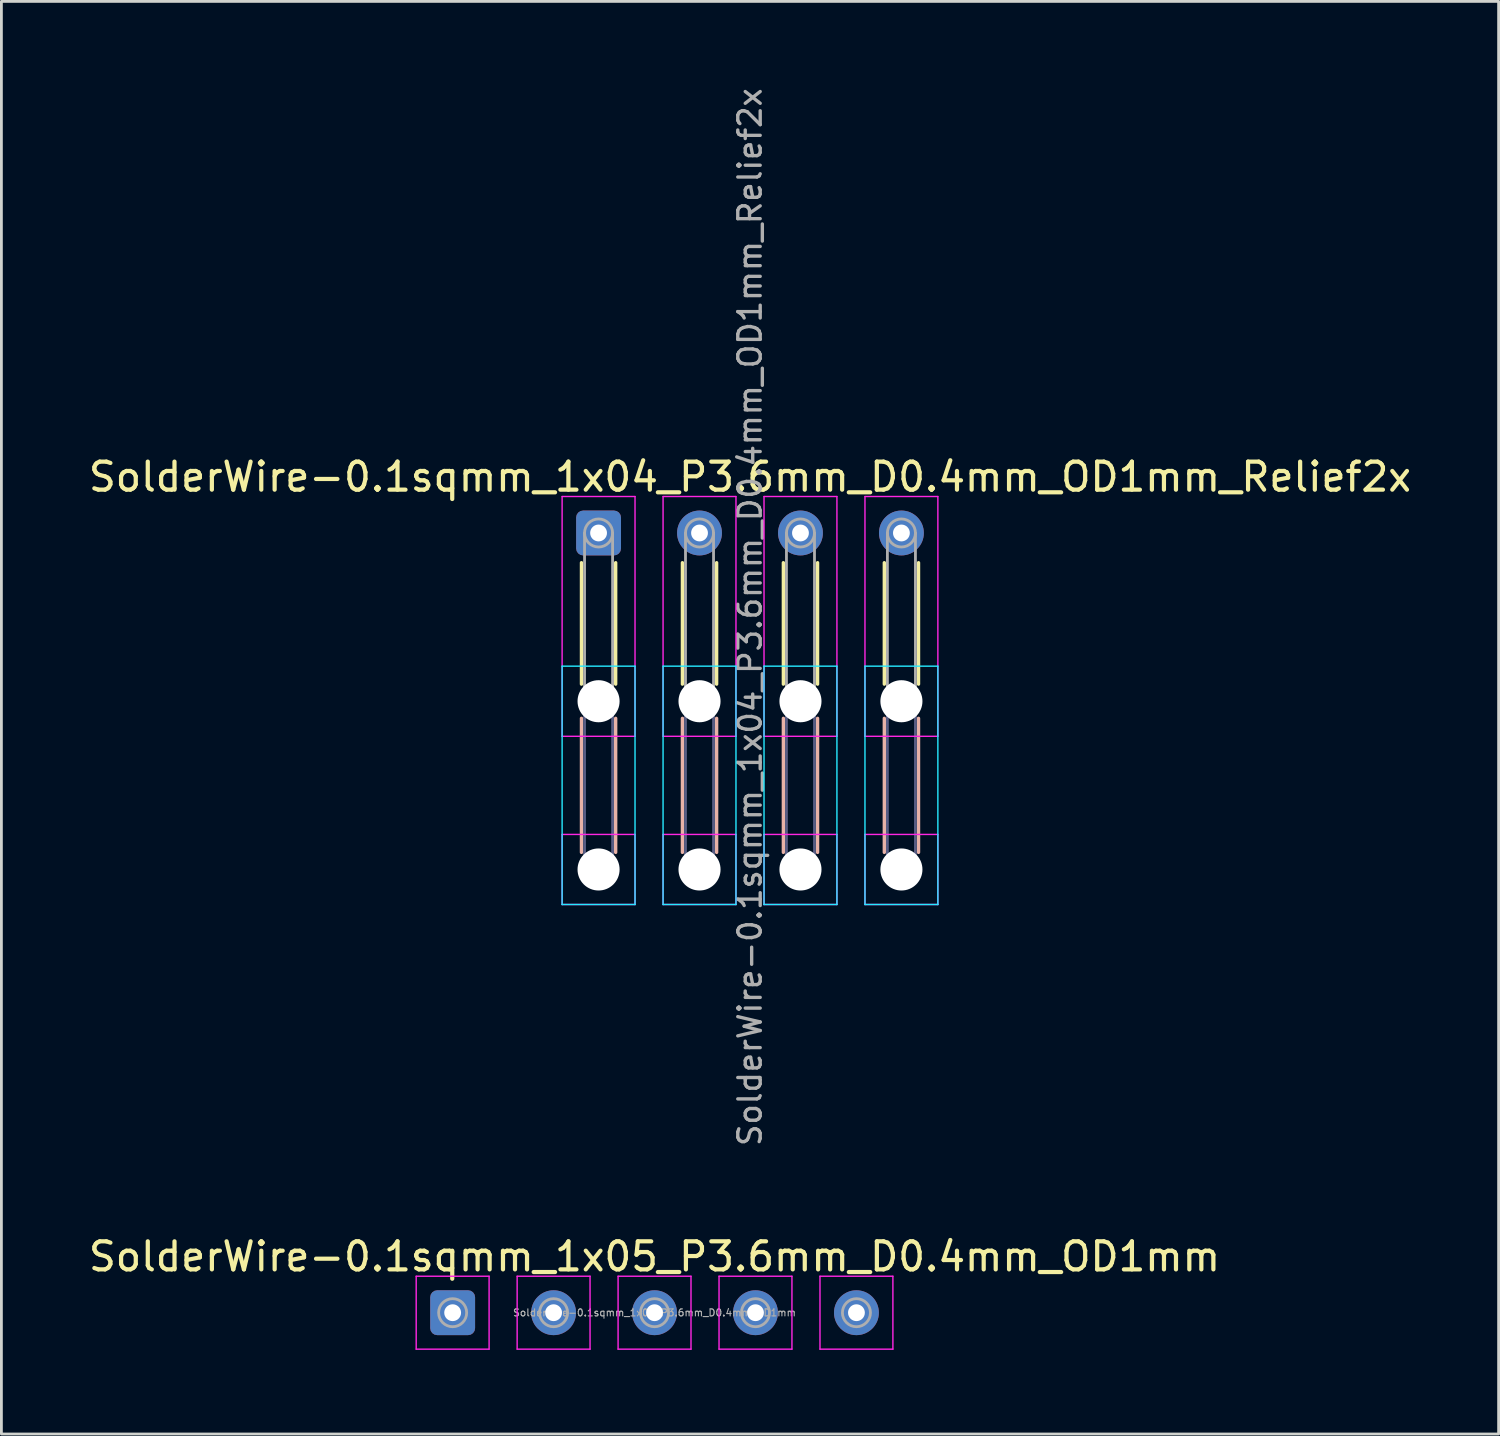
<source format=kicad_pcb>
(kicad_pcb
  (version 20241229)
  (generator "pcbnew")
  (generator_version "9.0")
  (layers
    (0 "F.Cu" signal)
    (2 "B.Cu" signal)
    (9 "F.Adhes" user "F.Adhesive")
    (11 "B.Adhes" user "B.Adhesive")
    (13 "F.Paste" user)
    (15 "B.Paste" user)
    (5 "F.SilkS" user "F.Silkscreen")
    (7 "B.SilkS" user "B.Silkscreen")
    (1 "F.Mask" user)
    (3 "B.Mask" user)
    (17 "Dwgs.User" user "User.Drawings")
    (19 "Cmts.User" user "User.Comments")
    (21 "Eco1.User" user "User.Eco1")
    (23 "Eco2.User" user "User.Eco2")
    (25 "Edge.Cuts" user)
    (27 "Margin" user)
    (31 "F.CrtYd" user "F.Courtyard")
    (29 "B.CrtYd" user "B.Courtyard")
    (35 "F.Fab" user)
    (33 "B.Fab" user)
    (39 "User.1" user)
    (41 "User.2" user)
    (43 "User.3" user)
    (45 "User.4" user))
  (footprint "SolderWire-0.1sqmm_1x05_P3.6mm_D0.4mm_OD1mm"
    (layer "F.Cu")
    (at 13.092 43.763)
    (property "Reference" "SolderWire-0.1sqmm_1x05_P3.6mm_D0.4mm_OD1mm" (at 7.2 -2 0) (layer "F.SilkS") (effects (font (size 1 1) (thickness 0.15))))
    (attr exclude_from_pos_files exclude_from_bom)
    (fp_line (start -1.3 -1.3) (end -1.3 1.3) (stroke (width 0.05) (type solid)) (layer "F.CrtYd"))
    (fp_line (start -1.3 1.3) (end 1.3 1.3) (stroke (width 0.05) (type solid)) (layer "F.CrtYd"))
    (fp_line (start 1.3 -1.3) (end -1.3 -1.3) (stroke (width 0.05) (type solid)) (layer "F.CrtYd"))
    (fp_line (start 1.3 1.3) (end 1.3 -1.3) (stroke (width 0.05) (type solid)) (layer "F.CrtYd"))
    (fp_line (start 2.3 -1.3) (end 2.3 1.3) (stroke (width 0.05) (type solid)) (layer "F.CrtYd"))
    (fp_line (start 2.3 1.3) (end 4.9 1.3) (stroke (width 0.05) (type solid)) (layer "F.CrtYd"))
    (fp_line (start 4.9 -1.3) (end 2.3 -1.3) (stroke (width 0.05) (type solid)) (layer "F.CrtYd"))
    (fp_line (start 4.9 1.3) (end 4.9 -1.3) (stroke (width 0.05) (type solid)) (layer "F.CrtYd"))
    (fp_line (start 5.9 -1.3) (end 5.9 1.3) (stroke (width 0.05) (type solid)) (layer "F.CrtYd"))
    (fp_line (start 5.9 1.3) (end 8.5 1.3) (stroke (width 0.05) (type solid)) (layer "F.CrtYd"))
    (fp_line (start 8.5 -1.3) (end 5.9 -1.3) (stroke (width 0.05) (type solid)) (layer "F.CrtYd"))
    (fp_line (start 8.5 1.3) (end 8.5 -1.3) (stroke (width 0.05) (type solid)) (layer "F.CrtYd"))
    (fp_line (start 9.5 -1.3) (end 9.5 1.3) (stroke (width 0.05) (type solid)) (layer "F.CrtYd"))
    (fp_line (start 9.5 1.3) (end 12.1 1.3) (stroke (width 0.05) (type solid)) (layer "F.CrtYd"))
    (fp_line (start 12.1 -1.3) (end 9.5 -1.3) (stroke (width 0.05) (type solid)) (layer "F.CrtYd"))
    (fp_line (start 12.1 1.3) (end 12.1 -1.3) (stroke (width 0.05) (type solid)) (layer "F.CrtYd"))
    (fp_line (start 13.1 -1.3) (end 13.1 1.3) (stroke (width 0.05) (type solid)) (layer "F.CrtYd"))
    (fp_line (start 13.1 1.3) (end 15.7 1.3) (stroke (width 0.05) (type solid)) (layer "F.CrtYd"))
    (fp_line (start 15.7 -1.3) (end 13.1 -1.3) (stroke (width 0.05) (type solid)) (layer "F.CrtYd"))
    (fp_line (start 15.7 1.3) (end 15.7 -1.3) (stroke (width 0.05) (type solid)) (layer "F.CrtYd"))
    (fp_circle (center 0 0) (end 0.5 0) (stroke (width 0.1) (type solid)) (fill no) (layer "F.Fab"))
    (fp_circle (center 3.6 0) (end 4.1 0) (stroke (width 0.1) (type solid)) (fill no) (layer "F.Fab"))
    (fp_circle (center 7.2 0) (end 7.7 0) (stroke (width 0.1) (type solid)) (fill no) (layer "F.Fab"))
    (fp_circle (center 10.8 0) (end 11.3 0) (stroke (width 0.1) (type solid)) (fill no) (layer "F.Fab"))
    (fp_circle (center 14.4 0) (end 14.9 0) (stroke (width 0.1) (type solid)) (fill no) (layer "F.Fab"))
    (fp_text user "${REFERENCE}" (at 7.2 0 0) (layer "F.Fab") (effects (font (size 0.25 0.25) (thickness 0.04))))
    (pad "1" thru_hole roundrect (at 0 0) (size 1.6 1.6) (drill 0.6) (layers "*.Cu" "*.Mask") (roundrect_rratio 0.156))
    (pad "2" thru_hole circle (at 3.6 0) (size 1.6 1.6) (drill 0.6) (layers "*.Cu" "*.Mask"))
    (pad "3" thru_hole circle (at 7.2 0) (size 1.6 1.6) (drill 0.6) (layers "*.Cu" "*.Mask"))
    (pad "4" thru_hole circle (at 10.8 0) (size 1.6 1.6) (drill 0.6) (layers "*.Cu" "*.Mask"))
    (pad "5" thru_hole circle (at 14.4 0) (size 1.6 1.6) (drill 0.6) (layers "*.Cu" "*.Mask")))
  (footprint "SolderWire-0.1sqmm_1x04_P3.6mm_D0.4mm_OD1mm_Relief2x"
    (layer "F.Cu")
    (at 18.296 15.957)
    (property "Reference" "SolderWire-0.1sqmm_1x04_P3.6mm_D0.4mm_OD1mm_Relief2x" (at 5.4 -2 0) (layer "F.SilkS") (effects (font (size 1 1) (thickness 0.15))))
    (attr exclude_from_pos_files exclude_from_bom)
    (fp_line (start -0.61 1.06) (end -0.61 5.39) (stroke (width 0.12) (type solid)) (layer "F.SilkS"))
    (fp_line (start 0.61 1.06) (end 0.61 5.39) (stroke (width 0.12) (type solid)) (layer "F.SilkS"))
    (fp_line (start 2.99 1.06) (end 2.99 5.39) (stroke (width 0.12) (type solid)) (layer "F.SilkS"))
    (fp_line (start 4.21 1.06) (end 4.21 5.39) (stroke (width 0.12) (type solid)) (layer "F.SilkS"))
    (fp_line (start 6.59 1.06) (end 6.59 5.39) (stroke (width 0.12) (type solid)) (layer "F.SilkS"))
    (fp_line (start 7.81 1.06) (end 7.81 5.39) (stroke (width 0.12) (type solid)) (layer "F.SilkS"))
    (fp_line (start 10.19 1.06) (end 10.19 5.39) (stroke (width 0.12) (type solid)) (layer "F.SilkS"))
    (fp_line (start 11.41 1.06) (end 11.41 5.39) (stroke (width 0.12) (type solid)) (layer "F.SilkS"))
    (fp_line (start -0.61 6.61) (end -0.61 11.39) (stroke (width 0.12) (type solid)) (layer "B.SilkS"))
    (fp_line (start 0.61 6.61) (end 0.61 11.39) (stroke (width 0.12) (type solid)) (layer "B.SilkS"))
    (fp_line (start 2.99 6.61) (end 2.99 11.39) (stroke (width 0.12) (type solid)) (layer "B.SilkS"))
    (fp_line (start 4.21 6.61) (end 4.21 11.39) (stroke (width 0.12) (type solid)) (layer "B.SilkS"))
    (fp_line (start 6.59 6.61) (end 6.59 11.39) (stroke (width 0.12) (type solid)) (layer "B.SilkS"))
    (fp_line (start 7.81 6.61) (end 7.81 11.39) (stroke (width 0.12) (type solid)) (layer "B.SilkS"))
    (fp_line (start 10.19 6.61) (end 10.19 11.39) (stroke (width 0.12) (type solid)) (layer "B.SilkS"))
    (fp_line (start 11.41 6.61) (end 11.41 11.39) (stroke (width 0.12) (type solid)) (layer "B.SilkS"))
    (fp_line (start -1.3 4.75) (end -1.3 13.25) (stroke (width 0.05) (type solid)) (layer "B.CrtYd"))
    (fp_line (start -1.3 13.25) (end 1.3 13.25) (stroke (width 0.05) (type solid)) (layer "B.CrtYd"))
    (fp_line (start 1.3 4.75) (end -1.3 4.75) (stroke (width 0.05) (type solid)) (layer "B.CrtYd"))
    (fp_line (start 1.3 13.25) (end 1.3 4.75) (stroke (width 0.05) (type solid)) (layer "B.CrtYd"))
    (fp_line (start 2.3 4.75) (end 2.3 13.25) (stroke (width 0.05) (type solid)) (layer "B.CrtYd"))
    (fp_line (start 2.3 13.25) (end 4.9 13.25) (stroke (width 0.05) (type solid)) (layer "B.CrtYd"))
    (fp_line (start 4.9 4.75) (end 2.3 4.75) (stroke (width 0.05) (type solid)) (layer "B.CrtYd"))
    (fp_line (start 4.9 13.25) (end 4.9 4.75) (stroke (width 0.05) (type solid)) (layer "B.CrtYd"))
    (fp_line (start 5.9 4.75) (end 5.9 13.25) (stroke (width 0.05) (type solid)) (layer "B.CrtYd"))
    (fp_line (start 5.9 13.25) (end 8.5 13.25) (stroke (width 0.05) (type solid)) (layer "B.CrtYd"))
    (fp_line (start 8.5 4.75) (end 5.9 4.75) (stroke (width 0.05) (type solid)) (layer "B.CrtYd"))
    (fp_line (start 8.5 13.25) (end 8.5 4.75) (stroke (width 0.05) (type solid)) (layer "B.CrtYd"))
    (fp_line (start 9.5 4.75) (end 9.5 13.25) (stroke (width 0.05) (type solid)) (layer "B.CrtYd"))
    (fp_line (start 9.5 13.25) (end 12.1 13.25) (stroke (width 0.05) (type solid)) (layer "B.CrtYd"))
    (fp_line (start 12.1 4.75) (end 9.5 4.75) (stroke (width 0.05) (type solid)) (layer "B.CrtYd"))
    (fp_line (start 12.1 13.25) (end 12.1 4.75) (stroke (width 0.05) (type solid)) (layer "B.CrtYd"))
    (fp_line (start -1.3 -1.3) (end -1.3 7.25) (stroke (width 0.05) (type solid)) (layer "F.CrtYd"))
    (fp_line (start -1.3 7.25) (end 1.3 7.25) (stroke (width 0.05) (type solid)) (layer "F.CrtYd"))
    (fp_line (start -1.3 10.75) (end -1.3 13.25) (stroke (width 0.05) (type solid)) (layer "F.CrtYd"))
    (fp_line (start -1.3 13.25) (end 1.3 13.25) (stroke (width 0.05) (type solid)) (layer "F.CrtYd"))
    (fp_line (start 1.3 -1.3) (end -1.3 -1.3) (stroke (width 0.05) (type solid)) (layer "F.CrtYd"))
    (fp_line (start 1.3 7.25) (end 1.3 -1.3) (stroke (width 0.05) (type solid)) (layer "F.CrtYd"))
    (fp_line (start 1.3 10.75) (end -1.3 10.75) (stroke (width 0.05) (type solid)) (layer "F.CrtYd"))
    (fp_line (start 1.3 13.25) (end 1.3 10.75) (stroke (width 0.05) (type solid)) (layer "F.CrtYd"))
    (fp_line (start 2.3 -1.3) (end 2.3 7.25) (stroke (width 0.05) (type solid)) (layer "F.CrtYd"))
    (fp_line (start 2.3 7.25) (end 4.9 7.25) (stroke (width 0.05) (type solid)) (layer "F.CrtYd"))
    (fp_line (start 2.3 10.75) (end 2.3 13.25) (stroke (width 0.05) (type solid)) (layer "F.CrtYd"))
    (fp_line (start 2.3 13.25) (end 4.9 13.25) (stroke (width 0.05) (type solid)) (layer "F.CrtYd"))
    (fp_line (start 4.9 -1.3) (end 2.3 -1.3) (stroke (width 0.05) (type solid)) (layer "F.CrtYd"))
    (fp_line (start 4.9 7.25) (end 4.9 -1.3) (stroke (width 0.05) (type solid)) (layer "F.CrtYd"))
    (fp_line (start 4.9 10.75) (end 2.3 10.75) (stroke (width 0.05) (type solid)) (layer "F.CrtYd"))
    (fp_line (start 4.9 13.25) (end 4.9 10.75) (stroke (width 0.05) (type solid)) (layer "F.CrtYd"))
    (fp_line (start 5.9 -1.3) (end 5.9 7.25) (stroke (width 0.05) (type solid)) (layer "F.CrtYd"))
    (fp_line (start 5.9 7.25) (end 8.5 7.25) (stroke (width 0.05) (type solid)) (layer "F.CrtYd"))
    (fp_line (start 5.9 10.75) (end 5.9 13.25) (stroke (width 0.05) (type solid)) (layer "F.CrtYd"))
    (fp_line (start 5.9 13.25) (end 8.5 13.25) (stroke (width 0.05) (type solid)) (layer "F.CrtYd"))
    (fp_line (start 8.5 -1.3) (end 5.9 -1.3) (stroke (width 0.05) (type solid)) (layer "F.CrtYd"))
    (fp_line (start 8.5 7.25) (end 8.5 -1.3) (stroke (width 0.05) (type solid)) (layer "F.CrtYd"))
    (fp_line (start 8.5 10.75) (end 5.9 10.75) (stroke (width 0.05) (type solid)) (layer "F.CrtYd"))
    (fp_line (start 8.5 13.25) (end 8.5 10.75) (stroke (width 0.05) (type solid)) (layer "F.CrtYd"))
    (fp_line (start 9.5 -1.3) (end 9.5 7.25) (stroke (width 0.05) (type solid)) (layer "F.CrtYd"))
    (fp_line (start 9.5 7.25) (end 12.1 7.25) (stroke (width 0.05) (type solid)) (layer "F.CrtYd"))
    (fp_line (start 9.5 10.75) (end 9.5 13.25) (stroke (width 0.05) (type solid)) (layer "F.CrtYd"))
    (fp_line (start 9.5 13.25) (end 12.1 13.25) (stroke (width 0.05) (type solid)) (layer "F.CrtYd"))
    (fp_line (start 12.1 -1.3) (end 9.5 -1.3) (stroke (width 0.05) (type solid)) (layer "F.CrtYd"))
    (fp_line (start 12.1 7.25) (end 12.1 -1.3) (stroke (width 0.05) (type solid)) (layer "F.CrtYd"))
    (fp_line (start 12.1 10.75) (end 9.5 10.75) (stroke (width 0.05) (type solid)) (layer "F.CrtYd"))
    (fp_line (start 12.1 13.25) (end 12.1 10.75) (stroke (width 0.05) (type solid)) (layer "F.CrtYd"))
    (fp_line (start -0.5 6) (end -0.5 12) (stroke (width 0.1) (type solid)) (layer "B.Fab"))
    (fp_line (start 0.5 6) (end 0.5 12) (stroke (width 0.1) (type solid)) (layer "B.Fab"))
    (fp_line (start 3.1 6) (end 3.1 12) (stroke (width 0.1) (type solid)) (layer "B.Fab"))
    (fp_line (start 4.1 6) (end 4.1 12) (stroke (width 0.1) (type solid)) (layer "B.Fab"))
    (fp_line (start 6.7 6) (end 6.7 12) (stroke (width 0.1) (type solid)) (layer "B.Fab"))
    (fp_line (start 7.7 6) (end 7.7 12) (stroke (width 0.1) (type solid)) (layer "B.Fab"))
    (fp_line (start 10.3 6) (end 10.3 12) (stroke (width 0.1) (type solid)) (layer "B.Fab"))
    (fp_line (start 11.3 6) (end 11.3 12) (stroke (width 0.1) (type solid)) (layer "B.Fab"))
    (fp_circle (center 0 6) (end 0.5 6) (stroke (width 0.1) (type solid)) (fill no) (layer "B.Fab"))
    (fp_circle (center 0 12) (end 0.5 12) (stroke (width 0.1) (type solid)) (fill no) (layer "B.Fab"))
    (fp_circle (center 3.6 6) (end 4.1 6) (stroke (width 0.1) (type solid)) (fill no) (layer "B.Fab"))
    (fp_circle (center 3.6 12) (end 4.1 12) (stroke (width 0.1) (type solid)) (fill no) (layer "B.Fab"))
    (fp_circle (center 7.2 6) (end 7.7 6) (stroke (width 0.1) (type solid)) (fill no) (layer "B.Fab"))
    (fp_circle (center 7.2 12) (end 7.7 12) (stroke (width 0.1) (type solid)) (fill no) (layer "B.Fab"))
    (fp_circle (center 10.8 6) (end 11.3 6) (stroke (width 0.1) (type solid)) (fill no) (layer "B.Fab"))
    (fp_circle (center 10.8 12) (end 11.3 12) (stroke (width 0.1) (type solid)) (fill no) (layer "B.Fab"))
    (fp_line (start -0.5 0) (end -0.5 6) (stroke (width 0.1) (type solid)) (layer "F.Fab"))
    (fp_line (start 0.5 0) (end 0.5 6) (stroke (width 0.1) (type solid)) (layer "F.Fab"))
    (fp_line (start 3.1 0) (end 3.1 6) (stroke (width 0.1) (type solid)) (layer "F.Fab"))
    (fp_line (start 4.1 0) (end 4.1 6) (stroke (width 0.1) (type solid)) (layer "F.Fab"))
    (fp_line (start 6.7 0) (end 6.7 6) (stroke (width 0.1) (type solid)) (layer "F.Fab"))
    (fp_line (start 7.7 0) (end 7.7 6) (stroke (width 0.1) (type solid)) (layer "F.Fab"))
    (fp_line (start 10.3 0) (end 10.3 6) (stroke (width 0.1) (type solid)) (layer "F.Fab"))
    (fp_line (start 11.3 0) (end 11.3 6) (stroke (width 0.1) (type solid)) (layer "F.Fab"))
    (fp_circle (center 0 0) (end 0.5 0) (stroke (width 0.1) (type solid)) (fill no) (layer "F.Fab"))
    (fp_circle (center 0 6) (end 0.5 6) (stroke (width 0.1) (type solid)) (fill no) (layer "F.Fab"))
    (fp_circle (center 0 12) (end 0.5 12) (stroke (width 0.1) (type solid)) (fill no) (layer "F.Fab"))
    (fp_circle (center 3.6 0) (end 4.1 0) (stroke (width 0.1) (type solid)) (fill no) (layer "F.Fab"))
    (fp_circle (center 3.6 6) (end 4.1 6) (stroke (width 0.1) (type solid)) (fill no) (layer "F.Fab"))
    (fp_circle (center 3.6 12) (end 4.1 12) (stroke (width 0.1) (type solid)) (fill no) (layer "F.Fab"))
    (fp_circle (center 7.2 0) (end 7.7 0) (stroke (width 0.1) (type solid)) (fill no) (layer "F.Fab"))
    (fp_circle (center 7.2 6) (end 7.7 6) (stroke (width 0.1) (type solid)) (fill no) (layer "F.Fab"))
    (fp_circle (center 7.2 12) (end 7.7 12) (stroke (width 0.1) (type solid)) (fill no) (layer "F.Fab"))
    (fp_circle (center 10.8 0) (end 11.3 0) (stroke (width 0.1) (type solid)) (fill no) (layer "F.Fab"))
    (fp_circle (center 10.8 6) (end 11.3 6) (stroke (width 0.1) (type solid)) (fill no) (layer "F.Fab"))
    (fp_circle (center 10.8 12) (end 11.3 12) (stroke (width 0.1) (type solid)) (fill no) (layer "F.Fab"))
    (fp_text user "${REFERENCE}" (at 5.4 3 90) (layer "F.Fab") (effects (font (size 0.8 0.8) (thickness 0.12))))
    (pad "" np_thru_hole circle (at 0 6) (size 1.5 1.5) (drill 1.5) (layers "*.Cu" "*.Mask"))
    (pad "" np_thru_hole circle (at 0 12) (size 1.5 1.5) (drill 1.5) (layers "*.Cu" "*.Mask"))
    (pad "" np_thru_hole circle (at 3.6 6) (size 1.5 1.5) (drill 1.5) (layers "*.Cu" "*.Mask"))
    (pad "" np_thru_hole circle (at 3.6 12) (size 1.5 1.5) (drill 1.5) (layers "*.Cu" "*.Mask"))
    (pad "" np_thru_hole circle (at 7.2 6) (size 1.5 1.5) (drill 1.5) (layers "*.Cu" "*.Mask"))
    (pad "" np_thru_hole circle (at 7.2 12) (size 1.5 1.5) (drill 1.5) (layers "*.Cu" "*.Mask"))
    (pad "" np_thru_hole circle (at 10.8 6) (size 1.5 1.5) (drill 1.5) (layers "*.Cu" "*.Mask"))
    (pad "" np_thru_hole circle (at 10.8 12) (size 1.5 1.5) (drill 1.5) (layers "*.Cu" "*.Mask"))
    (pad "1" thru_hole roundrect (at 0 0) (size 1.6 1.6) (drill 0.6) (layers "*.Cu" "*.Mask") (roundrect_rratio 0.156))
    (pad "2" thru_hole circle (at 3.6 0) (size 1.6 1.6) (drill 0.6) (layers "*.Cu" "*.Mask"))
    (pad "3" thru_hole circle (at 7.2 0) (size 1.6 1.6) (drill 0.6) (layers "*.Cu" "*.Mask"))
    (pad "4" thru_hole circle (at 10.8 0) (size 1.6 1.6) (drill 0.6) (layers "*.Cu" "*.Mask")))
  (gr_rect
    (start -3 -3)
    (end 50.393 48.088)
    (stroke (width 0.1) (type default))
    (fill no)
    (layer "Edge.Cuts")))
</source>
